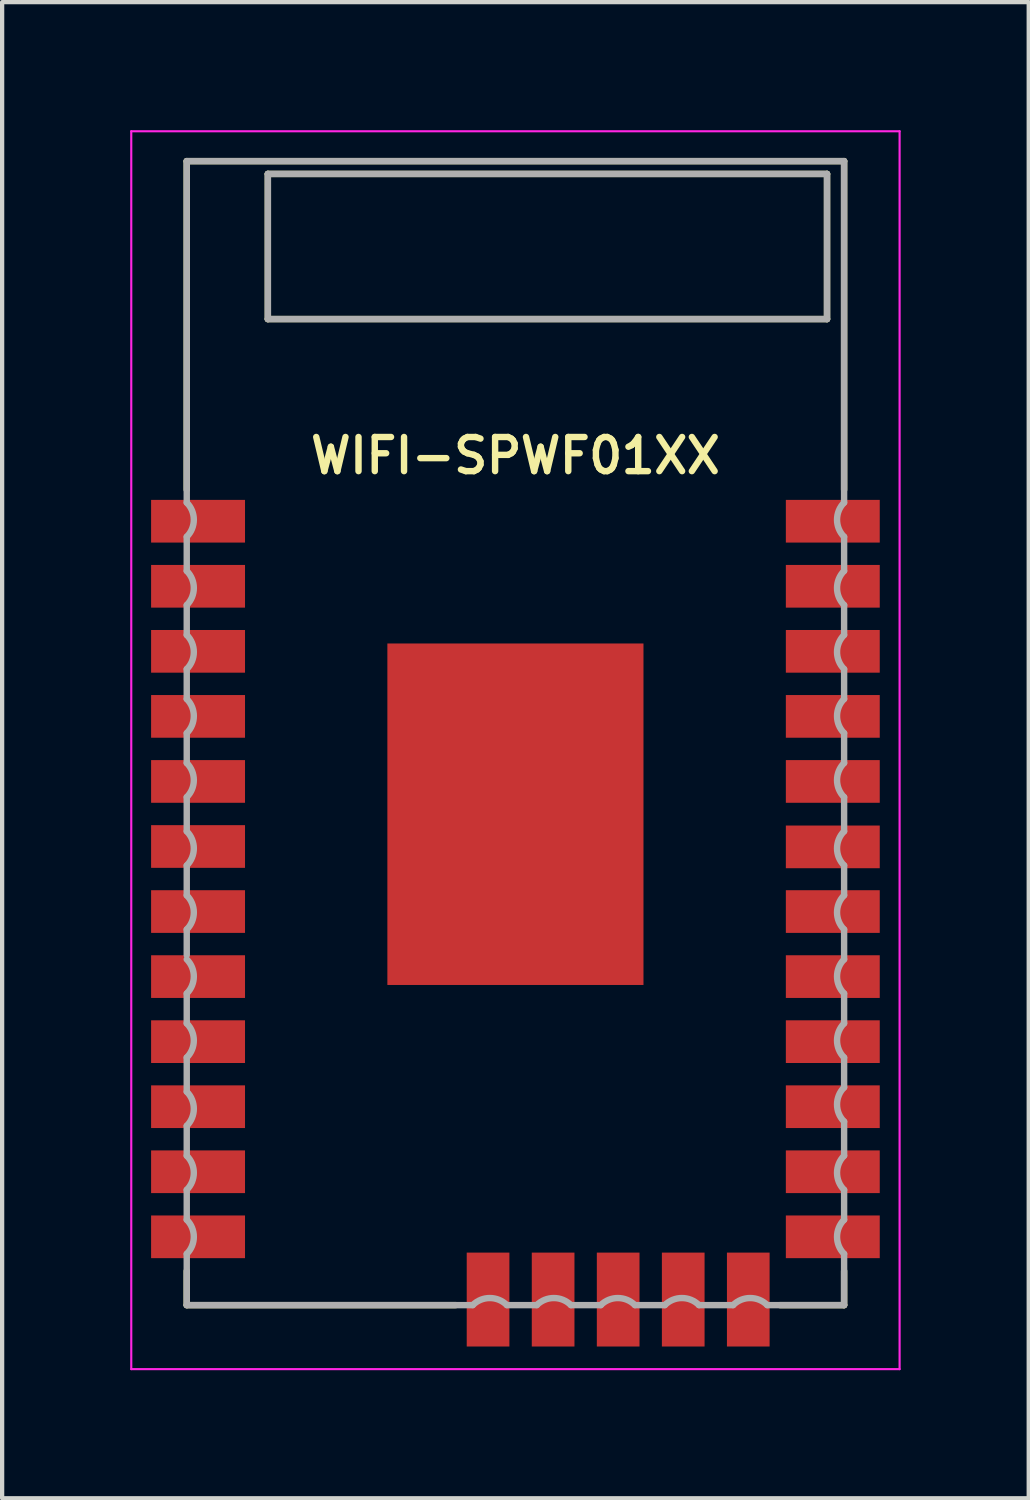
<source format=kicad_pcb>
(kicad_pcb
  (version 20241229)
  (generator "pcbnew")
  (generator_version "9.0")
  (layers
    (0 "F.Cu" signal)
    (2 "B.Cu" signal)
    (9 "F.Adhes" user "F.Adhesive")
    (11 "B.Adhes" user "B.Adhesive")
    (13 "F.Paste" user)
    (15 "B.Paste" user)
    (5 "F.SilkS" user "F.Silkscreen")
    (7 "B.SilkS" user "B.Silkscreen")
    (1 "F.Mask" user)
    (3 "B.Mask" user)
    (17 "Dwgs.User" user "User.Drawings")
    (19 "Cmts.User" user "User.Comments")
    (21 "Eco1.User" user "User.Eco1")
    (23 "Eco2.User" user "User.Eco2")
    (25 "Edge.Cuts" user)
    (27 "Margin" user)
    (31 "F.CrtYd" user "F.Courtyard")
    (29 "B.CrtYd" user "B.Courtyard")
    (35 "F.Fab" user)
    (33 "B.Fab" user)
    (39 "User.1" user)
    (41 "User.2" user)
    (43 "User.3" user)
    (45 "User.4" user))
  (footprint "WIFI-SPWF01XX"
    (layer "F.Cu")
    (at 9.025 16.025)
    (property "Reference" "WIFI-SPWF01XX" (at 0 -8.4 0) (layer "F.SilkS") (effects (font (size 0.8 0.8) (thickness 0.15))))
    (attr through_hole)
    (fp_line (start -7.7 -15.3) (end 7.7 -15.3) (stroke (width 0.15) (type solid)) (layer "F.SilkS"))
    (fp_line (start -7.7 -7.6) (end -7.7 -15.3) (stroke (width 0.15) (type solid)) (layer "F.SilkS"))
    (fp_line (start -7.7 10.7) (end -7.7 11.5) (stroke (width 0.15) (type solid)) (layer "F.SilkS"))
    (fp_line (start -7.7 11.5) (end -1.4 11.5) (stroke (width 0.15) (type solid)) (layer "F.SilkS"))
    (fp_line (start -5.8 -15) (end -5.8 -11.6) (stroke (width 0.15) (type solid)) (layer "F.SilkS"))
    (fp_line (start -5.8 -11.6) (end 7.3 -11.6) (stroke (width 0.15) (type solid)) (layer "F.SilkS"))
    (fp_line (start 6.2 11.5) (end 7.7 11.5) (stroke (width 0.15) (type solid)) (layer "F.SilkS"))
    (fp_line (start 7.3 -15) (end -5.8 -15) (stroke (width 0.15) (type solid)) (layer "F.SilkS"))
    (fp_line (start 7.3 -11.6) (end 7.3 -15) (stroke (width 0.15) (type solid)) (layer "F.SilkS"))
    (fp_line (start 7.7 -15.3) (end 7.7 -7.6) (stroke (width 0.15) (type solid)) (layer "F.SilkS"))
    (fp_line (start 7.7 11.5) (end 7.7 10.7) (stroke (width 0.15) (type solid)) (layer "F.SilkS"))
    (fp_line (start -9 -16) (end 9 -16) (stroke (width 0.05) (type solid)) (layer "F.CrtYd"))
    (fp_line (start -9 13) (end -9 -16) (stroke (width 0.05) (type solid)) (layer "F.CrtYd"))
    (fp_line (start 9 -16) (end 9 13) (stroke (width 0.05) (type solid)) (layer "F.CrtYd"))
    (fp_line (start 9 13) (end -9 13) (stroke (width 0.05) (type solid)) (layer "F.CrtYd"))
    (fp_line (start -7.7 -15.3) (end 7.7 -15.3) (stroke (width 0.15) (type solid)) (layer "F.Fab"))
    (fp_line (start -7.7 -7.3) (end -7.7 -15.3) (stroke (width 0.15) (type solid)) (layer "F.Fab"))
    (fp_line (start -7.7 -6.5) (end -7.7 -5.7) (stroke (width 0.15) (type solid)) (layer "F.Fab"))
    (fp_line (start -7.7 -4.9) (end -7.7 -4.2) (stroke (width 0.15) (type solid)) (layer "F.Fab"))
    (fp_line (start -7.7 -3.4) (end -7.7 -2.7) (stroke (width 0.15) (type solid)) (layer "F.Fab"))
    (fp_line (start -7.7 -1.9) (end -7.7 -1.2) (stroke (width 0.15) (type solid)) (layer "F.Fab"))
    (fp_line (start -7.7 -0.4) (end -7.7 0.4) (stroke (width 0.15) (type solid)) (layer "F.Fab"))
    (fp_line (start -7.7 1.2) (end -7.7 1.9) (stroke (width 0.15) (type solid)) (layer "F.Fab"))
    (fp_line (start -7.7 2.7) (end -7.7 3.3) (stroke (width 0.15) (type solid)) (layer "F.Fab"))
    (fp_line (start -7.7 4.9) (end -7.7 4.2) (stroke (width 0.15) (type solid)) (layer "F.Fab"))
    (fp_line (start -7.7 5.7) (end -7.7 6.5) (stroke (width 0.15) (type solid)) (layer "F.Fab"))
    (fp_line (start -7.7 7.3) (end -7.7 8) (stroke (width 0.15) (type solid)) (layer "F.Fab"))
    (fp_line (start -7.7 9.5) (end -7.7 8.8) (stroke (width 0.15) (type solid)) (layer "F.Fab"))
    (fp_line (start -7.7 11.5) (end -7.7 10.3) (stroke (width 0.15) (type solid)) (layer "F.Fab"))
    (fp_line (start -5.8 -15) (end 7.3 -15) (stroke (width 0.15) (type solid)) (layer "F.Fab"))
    (fp_line (start -5.8 -11.6) (end -5.8 -15) (stroke (width 0.15) (type solid)) (layer "F.Fab"))
    (fp_line (start -1 11.5) (end -7.7 11.5) (stroke (width 0.15) (type solid)) (layer "F.Fab"))
    (fp_line (start 0.5 11.5) (end -0.2 11.5) (stroke (width 0.15) (type solid)) (layer "F.Fab"))
    (fp_line (start 2 11.5) (end 1.3 11.5) (stroke (width 0.15) (type solid)) (layer "F.Fab"))
    (fp_line (start 3.5 11.5) (end 2.8 11.5) (stroke (width 0.15) (type solid)) (layer "F.Fab"))
    (fp_line (start 5.1 11.5) (end 4.3 11.5) (stroke (width 0.15) (type solid)) (layer "F.Fab"))
    (fp_line (start 7.3 -15) (end 7.3 -11.6) (stroke (width 0.15) (type solid)) (layer "F.Fab"))
    (fp_line (start 7.3 -11.6) (end -5.8 -11.6) (stroke (width 0.15) (type solid)) (layer "F.Fab"))
    (fp_line (start 7.7 -7.3) (end 7.7 -15.3) (stroke (width 0.15) (type solid)) (layer "F.Fab"))
    (fp_line (start 7.7 -6.5) (end 7.7 -5.7) (stroke (width 0.15) (type solid)) (layer "F.Fab"))
    (fp_line (start 7.7 -4.9) (end 7.7 -4.2) (stroke (width 0.15) (type solid)) (layer "F.Fab"))
    (fp_line (start 7.7 -3.4) (end 7.7 -2.7) (stroke (width 0.15) (type solid)) (layer "F.Fab"))
    (fp_line (start 7.7 -1.9) (end 7.7 -1.2) (stroke (width 0.15) (type solid)) (layer "F.Fab"))
    (fp_line (start 7.7 -0.4) (end 7.7 0.4) (stroke (width 0.15) (type solid)) (layer "F.Fab"))
    (fp_line (start 7.7 1.2) (end 7.7 1.9) (stroke (width 0.15) (type solid)) (layer "F.Fab"))
    (fp_line (start 7.7 2.7) (end 7.7 3.4) (stroke (width 0.15) (type solid)) (layer "F.Fab"))
    (fp_line (start 7.7 4.2) (end 7.7 4.9) (stroke (width 0.15) (type solid)) (layer "F.Fab"))
    (fp_line (start 7.7 5.7) (end 7.7 6.4) (stroke (width 0.15) (type solid)) (layer "F.Fab"))
    (fp_line (start 7.7 7.2) (end 7.7 8) (stroke (width 0.15) (type solid)) (layer "F.Fab"))
    (fp_line (start 7.7 8.8) (end 7.7 9.5) (stroke (width 0.15) (type solid)) (layer "F.Fab"))
    (fp_line (start 7.7 10.3) (end 7.7 11.5) (stroke (width 0.15) (type solid)) (layer "F.Fab"))
    (fp_line (start 7.7 11.5) (end 5.9 11.5) (stroke (width 0.15) (type solid)) (layer "F.Fab"))
    (fp_arc (start -7.7 -7.3) (mid -7.534315 -6.9) (end -7.7 -6.5) (stroke (width 0.15) (type solid)) (layer "F.Fab"))
    (fp_arc (start -7.7 -5.7) (mid -7.534315 -5.3) (end -7.7 -4.9) (stroke (width 0.15) (type solid)) (layer "F.Fab"))
    (fp_arc (start -7.7 -4.2) (mid -7.534315 -3.8) (end -7.7 -3.4) (stroke (width 0.15) (type solid)) (layer "F.Fab"))
    (fp_arc (start -7.7 -2.7) (mid -7.534315 -2.3) (end -7.7 -1.9) (stroke (width 0.15) (type solid)) (layer "F.Fab"))
    (fp_arc (start -7.7 -1.2) (mid -7.534315 -0.8) (end -7.7 -0.4) (stroke (width 0.15) (type solid)) (layer "F.Fab"))
    (fp_arc (start -7.7 0.4) (mid -7.534315 0.8) (end -7.7 1.2) (stroke (width 0.15) (type solid)) (layer "F.Fab"))
    (fp_arc (start -7.7 1.9) (mid -7.534315 2.3) (end -7.7 2.7) (stroke (width 0.15) (type solid)) (layer "F.Fab"))
    (fp_arc (start -7.7 3.4) (mid -7.534315 3.8) (end -7.7 4.2) (stroke (width 0.15) (type solid)) (layer "F.Fab"))
    (fp_arc (start -7.7 4.9) (mid -7.534315 5.3) (end -7.7 5.7) (stroke (width 0.15) (type solid)) (layer "F.Fab"))
    (fp_arc (start -7.7 6.5) (mid -7.534315 6.9) (end -7.7 7.3) (stroke (width 0.15) (type solid)) (layer "F.Fab"))
    (fp_arc (start -7.7 8) (mid -7.534315 8.4) (end -7.7 8.8) (stroke (width 0.15) (type solid)) (layer "F.Fab"))
    (fp_arc (start -7.7 9.5) (mid -7.534315 9.9) (end -7.7 10.3) (stroke (width 0.15) (type solid)) (layer "F.Fab"))
    (fp_arc (start -1 11.5) (mid -0.6 11.334315) (end -0.2 11.5) (stroke (width 0.15) (type solid)) (layer "F.Fab"))
    (fp_arc (start 0.5 11.5) (mid 0.9 11.334315) (end 1.3 11.5) (stroke (width 0.15) (type solid)) (layer "F.Fab"))
    (fp_arc (start 2 11.5) (mid 2.4 11.334315) (end 2.8 11.5) (stroke (width 0.15) (type solid)) (layer "F.Fab"))
    (fp_arc (start 3.5 11.5) (mid 3.9 11.334315) (end 4.3 11.5) (stroke (width 0.15) (type solid)) (layer "F.Fab"))
    (fp_arc (start 5.1 11.5) (mid 5.5 11.334315) (end 5.9 11.5) (stroke (width 0.15) (type solid)) (layer "F.Fab"))
    (fp_arc (start 7.7 -6.5) (mid 7.534315 -6.9) (end 7.7 -7.3) (stroke (width 0.15) (type solid)) (layer "F.Fab"))
    (fp_arc (start 7.7 -4.9) (mid 7.534315 -5.3) (end 7.7 -5.7) (stroke (width 0.15) (type solid)) (layer "F.Fab"))
    (fp_arc (start 7.7 -3.4) (mid 7.534315 -3.8) (end 7.7 -4.2) (stroke (width 0.15) (type solid)) (layer "F.Fab"))
    (fp_arc (start 7.7 -1.9) (mid 7.534315 -2.3) (end 7.7 -2.7) (stroke (width 0.15) (type solid)) (layer "F.Fab"))
    (fp_arc (start 7.7 -0.4) (mid 7.534315 -0.8) (end 7.7 -1.2) (stroke (width 0.15) (type solid)) (layer "F.Fab"))
    (fp_arc (start 7.7 1.2) (mid 7.534315 0.8) (end 7.7 0.4) (stroke (width 0.15) (type solid)) (layer "F.Fab"))
    (fp_arc (start 7.7 2.7) (mid 7.534315 2.3) (end 7.7 1.9) (stroke (width 0.15) (type solid)) (layer "F.Fab"))
    (fp_arc (start 7.7 4.2) (mid 7.534315 3.8) (end 7.7 3.4) (stroke (width 0.15) (type solid)) (layer "F.Fab"))
    (fp_arc (start 7.7 5.7) (mid 7.534315 5.3) (end 7.7 4.9) (stroke (width 0.15) (type solid)) (layer "F.Fab"))
    (fp_arc (start 7.7 7.2) (mid 7.534315 6.8) (end 7.7 6.4) (stroke (width 0.15) (type solid)) (layer "F.Fab"))
    (fp_arc (start 7.7 8.8) (mid 7.534315 8.4) (end 7.7 8) (stroke (width 0.15) (type solid)) (layer "F.Fab"))
    (fp_arc (start 7.7 10.3) (mid 7.534315 9.9) (end 7.7 9.5) (stroke (width 0.15) (type solid)) (layer "F.Fab"))
    (pad "1" smd rect (at 7.435 9.9) (size 2.2 1) (layers "F.Cu" "F.Mask" "F.Paste"))
    (pad "2" smd rect (at 7.435 8.376) (size 2.2 1) (layers "F.Cu" "F.Mask" "F.Paste"))
    (pad "3" smd rect (at 7.435 6.852) (size 2.2 1) (layers "F.Cu" "F.Mask" "F.Paste"))
    (pad "4" smd rect (at 7.435 5.328) (size 2.2 1) (layers "F.Cu" "F.Mask" "F.Paste"))
    (pad "5" smd rect (at 7.435 3.804) (size 2.2 1) (layers "F.Cu" "F.Mask" "F.Paste"))
    (pad "6" smd rect (at 7.435 2.28) (size 2.2 1) (layers "F.Cu" "F.Mask" "F.Paste"))
    (pad "7" smd rect (at 7.435 0.765) (size 2.2 1) (layers "F.Cu" "F.Mask" "F.Paste"))
    (pad "8" smd rect (at 7.435 -0.768) (size 2.2 1) (layers "F.Cu" "F.Mask" "F.Paste"))
    (pad "9" smd rect (at 7.435 -2.292) (size 2.2 1) (layers "F.Cu" "F.Mask" "F.Paste"))
    (pad "10" smd rect (at 7.435 -3.816) (size 2.2 1) (layers "F.Cu" "F.Mask" "F.Paste"))
    (pad "11" smd rect (at 7.435 -5.34) (size 2.2 1) (layers "F.Cu" "F.Mask" "F.Paste"))
    (pad "12" smd rect (at 7.435 -6.864) (size 2.2 1) (layers "F.Cu" "F.Mask" "F.Paste"))
    (pad "13" smd rect (at -7.435 -6.864) (size 2.2 1) (layers "F.Cu" "F.Mask" "F.Paste"))
    (pad "14" smd rect (at -7.435 -5.34) (size 2.2 1) (layers "F.Cu" "F.Mask" "F.Paste"))
    (pad "15" smd rect (at -7.435 -3.816) (size 2.2 1) (layers "F.Cu" "F.Mask" "F.Paste"))
    (pad "16" smd rect (at -7.435 -2.292) (size 2.2 1) (layers "F.Cu" "F.Mask" "F.Paste"))
    (pad "17" smd rect (at -7.435 -0.768) (size 2.2 1) (layers "F.Cu" "F.Mask" "F.Paste"))
    (pad "18" smd rect (at -7.435 0.756) (size 2.2 1) (layers "F.Cu" "F.Mask" "F.Paste"))
    (pad "19" smd rect (at -7.435 2.28) (size 2.2 1) (layers "F.Cu" "F.Mask" "F.Paste"))
    (pad "20" smd rect (at -7.435 3.804) (size 2.2 1) (layers "F.Cu" "F.Mask" "F.Paste"))
    (pad "21" smd rect (at -7.435 5.328) (size 2.2 1) (layers "F.Cu" "F.Mask" "F.Paste"))
    (pad "22" smd rect (at -7.435 6.852) (size 2.2 1) (layers "F.Cu" "F.Mask" "F.Paste"))
    (pad "23" smd rect (at -7.435 8.376) (size 2.2 1) (layers "F.Cu" "F.Mask" "F.Paste"))
    (pad "24" smd rect (at -7.435 9.9) (size 2.2 1) (layers "F.Cu" "F.Mask" "F.Paste"))
    (pad "25" smd rect (at 0 0) (size 6 8) (layers "F.Cu" "F.Mask" "F.Paste"))
    (pad "26" smd rect (at -0.641 11.37) (size 1 2.2) (layers "F.Cu" "F.Mask" "F.Paste"))
    (pad "27" smd rect (at 0.883 11.37) (size 1 2.2) (layers "F.Cu" "F.Mask" "F.Paste"))
    (pad "28" smd rect (at 2.407 11.37) (size 1 2.2) (layers "F.Cu" "F.Mask" "F.Paste"))
    (pad "29" smd rect (at 3.931 11.37) (size 1 2.2) (layers "F.Cu" "F.Mask" "F.Paste"))
    (pad "30" smd rect (at 5.455 11.37) (size 1 2.2) (layers "F.Cu" "F.Mask" "F.Paste")))
  (gr_rect
    (start -3 -3)
    (end 21.05 32.05)
    (stroke (width 0.1) (type default))
    (fill no)
    (layer "Edge.Cuts")))
</source>
